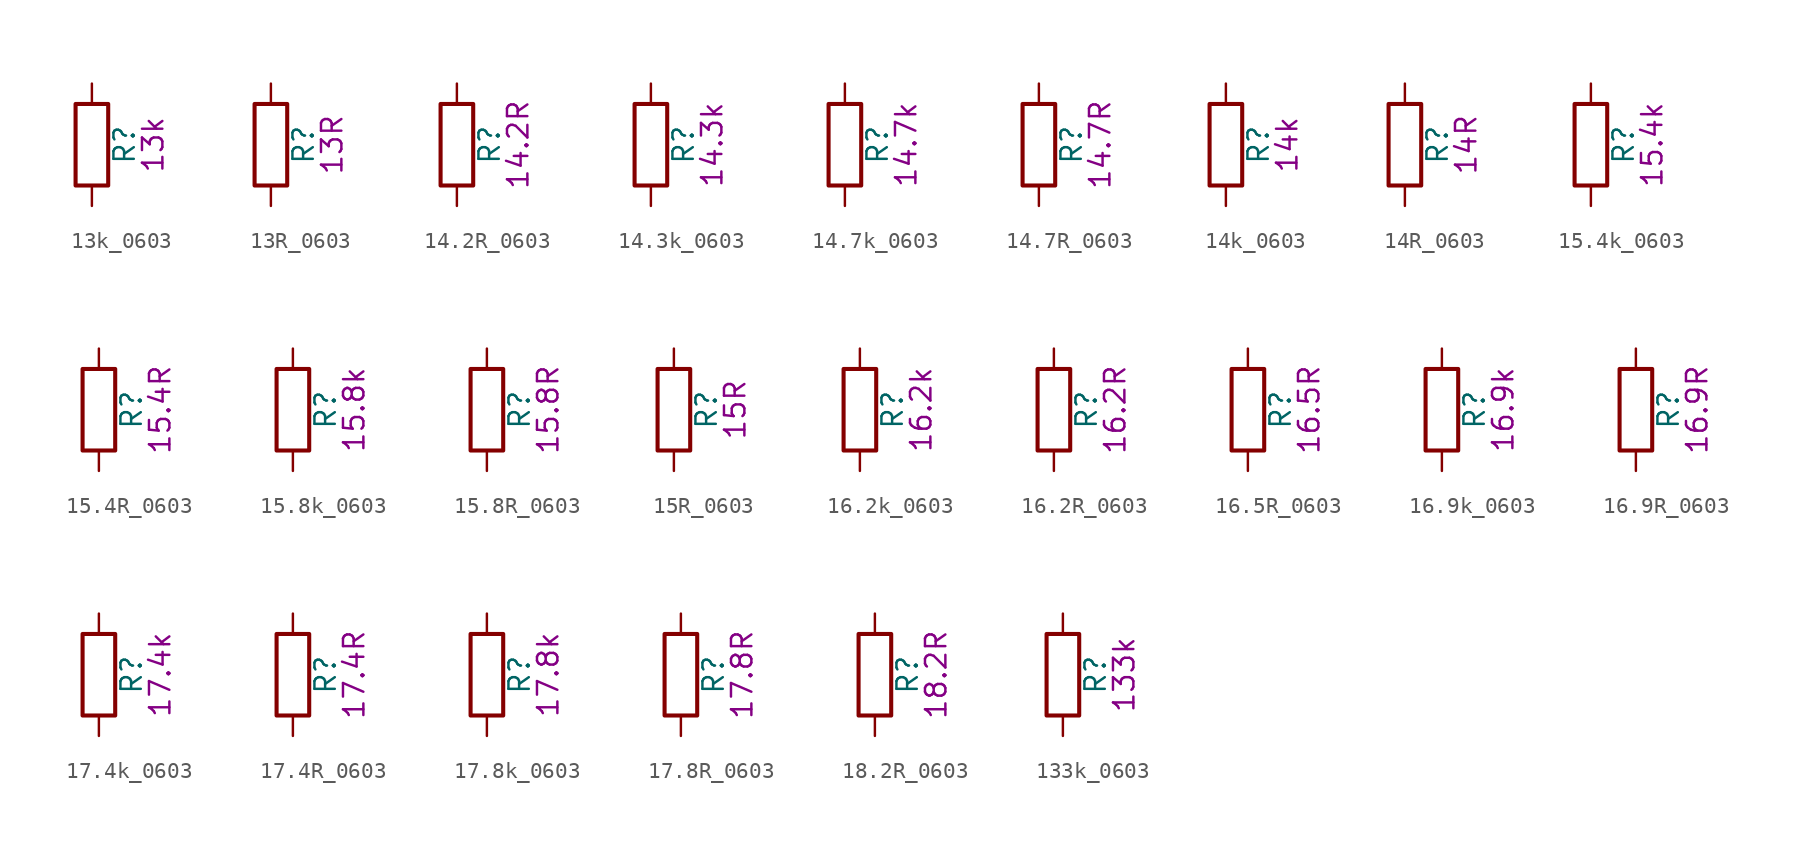
<source format=kicad_sym>
(kicad_symbol_lib
  (version 20211014)
  (generator kicad_symbol_editor)
  (symbol "13k_0603"
    (pin_numbers hide)
    (pin_names
      (offset 0))
    (property "Reference" "R"
      (at 2.032 0 90)
      (effects (font (size 1.27 1.27))))
    (property "Display" "13k"
      (at 3.81 0 90)
      (effects (font (size 1.27 1.27))))
    (symbol "13k_0603_0_1"
      (rectangle (start -1.016 -2.54) (end 1.016 2.54) (stroke (width 0.254) (type default) (color 0 0 0 0)) (fill (type none))))
    (symbol "13k_0603_1_1"
      (pin passive line (at 0 3.81 270) (length 1.27) (name "~" (effects (font (size 1.27 1.27)))) (number "1" (effects (font (size 1.27 1.27)))))
      (pin passive line (at 0 -3.81 90) (length 1.27) (name "~" (effects (font (size 1.27 1.27)))) (number "2" (effects (font (size 1.27 1.27)))))))
  (symbol "13R_0603"
    (pin_numbers hide)
    (pin_names
      (offset 0))
    (property "Reference" "R"
      (at 2.032 0 90)
      (effects (font (size 1.27 1.27))))
    (property "Display" "13R"
      (at 3.81 0 90)
      (effects (font (size 1.27 1.27))))
    (symbol "13R_0603_0_1"
      (rectangle (start -1.016 -2.54) (end 1.016 2.54) (stroke (width 0.254) (type default) (color 0 0 0 0)) (fill (type none))))
    (symbol "13R_0603_1_1"
      (pin passive line (at 0 3.81 270) (length 1.27) (name "~" (effects (font (size 1.27 1.27)))) (number "1" (effects (font (size 1.27 1.27)))))
      (pin passive line (at 0 -3.81 90) (length 1.27) (name "~" (effects (font (size 1.27 1.27)))) (number "2" (effects (font (size 1.27 1.27)))))))
  (symbol "14.2R_0603"
    (pin_numbers hide)
    (pin_names
      (offset 0))
    (property "Reference" "R"
      (at 2.032 0 90)
      (effects (font (size 1.27 1.27))))
    (property "Display" "14.2R"
      (at 3.81 0 90)
      (effects (font (size 1.27 1.27))))
    (symbol "14.2R_0603_0_1"
      (rectangle (start -1.016 -2.54) (end 1.016 2.54) (stroke (width 0.254) (type default) (color 0 0 0 0)) (fill (type none))))
    (symbol "14.2R_0603_1_1"
      (pin passive line (at 0 3.81 270) (length 1.27) (name "~" (effects (font (size 1.27 1.27)))) (number "1" (effects (font (size 1.27 1.27)))))
      (pin passive line (at 0 -3.81 90) (length 1.27) (name "~" (effects (font (size 1.27 1.27)))) (number "2" (effects (font (size 1.27 1.27)))))))
  (symbol "14.3k_0603"
    (pin_numbers hide)
    (pin_names
      (offset 0))
    (property "Reference" "R"
      (at 2.032 0 90)
      (effects (font (size 1.27 1.27))))
    (property "Display" "14.3k"
      (at 3.81 0 90)
      (effects (font (size 1.27 1.27))))
    (symbol "14.3k_0603_0_1"
      (rectangle (start -1.016 -2.54) (end 1.016 2.54) (stroke (width 0.254) (type default) (color 0 0 0 0)) (fill (type none))))
    (symbol "14.3k_0603_1_1"
      (pin passive line (at 0 3.81 270) (length 1.27) (name "~" (effects (font (size 1.27 1.27)))) (number "1" (effects (font (size 1.27 1.27)))))
      (pin passive line (at 0 -3.81 90) (length 1.27) (name "~" (effects (font (size 1.27 1.27)))) (number "2" (effects (font (size 1.27 1.27)))))))
  (symbol "14.7k_0603"
    (pin_numbers hide)
    (pin_names
      (offset 0))
    (property "Reference" "R"
      (at 2.032 0 90)
      (effects (font (size 1.27 1.27))))
    (property "Display" "14.7k"
      (at 3.81 0 90)
      (effects (font (size 1.27 1.27))))
    (symbol "14.7k_0603_0_1"
      (rectangle (start -1.016 -2.54) (end 1.016 2.54) (stroke (width 0.254) (type default) (color 0 0 0 0)) (fill (type none))))
    (symbol "14.7k_0603_1_1"
      (pin passive line (at 0 3.81 270) (length 1.27) (name "~" (effects (font (size 1.27 1.27)))) (number "1" (effects (font (size 1.27 1.27)))))
      (pin passive line (at 0 -3.81 90) (length 1.27) (name "~" (effects (font (size 1.27 1.27)))) (number "2" (effects (font (size 1.27 1.27)))))))
  (symbol "14.7R_0603"
    (pin_numbers hide)
    (pin_names
      (offset 0))
    (property "Reference" "R"
      (at 2.032 0 90)
      (effects (font (size 1.27 1.27))))
    (property "Display" "14.7R"
      (at 3.81 0 90)
      (effects (font (size 1.27 1.27))))
    (symbol "14.7R_0603_0_1"
      (rectangle (start -1.016 -2.54) (end 1.016 2.54) (stroke (width 0.254) (type default) (color 0 0 0 0)) (fill (type none))))
    (symbol "14.7R_0603_1_1"
      (pin passive line (at 0 3.81 270) (length 1.27) (name "~" (effects (font (size 1.27 1.27)))) (number "1" (effects (font (size 1.27 1.27)))))
      (pin passive line (at 0 -3.81 90) (length 1.27) (name "~" (effects (font (size 1.27 1.27)))) (number "2" (effects (font (size 1.27 1.27)))))))
  (symbol "14k_0603"
    (pin_numbers hide)
    (pin_names
      (offset 0))
    (property "Reference" "R"
      (at 2.032 0 90)
      (effects (font (size 1.27 1.27))))
    (property "Display" "14k"
      (at 3.81 0 90)
      (effects (font (size 1.27 1.27))))
    (symbol "14k_0603_0_1"
      (rectangle (start -1.016 -2.54) (end 1.016 2.54) (stroke (width 0.254) (type default) (color 0 0 0 0)) (fill (type none))))
    (symbol "14k_0603_1_1"
      (pin passive line (at 0 3.81 270) (length 1.27) (name "~" (effects (font (size 1.27 1.27)))) (number "1" (effects (font (size 1.27 1.27)))))
      (pin passive line (at 0 -3.81 90) (length 1.27) (name "~" (effects (font (size 1.27 1.27)))) (number "2" (effects (font (size 1.27 1.27)))))))
  (symbol "14R_0603"
    (pin_numbers hide)
    (pin_names
      (offset 0))
    (property "Reference" "R"
      (at 2.032 0 90)
      (effects (font (size 1.27 1.27))))
    (property "Display" "14R"
      (at 3.81 0 90)
      (effects (font (size 1.27 1.27))))
    (symbol "14R_0603_0_1"
      (rectangle (start -1.016 -2.54) (end 1.016 2.54) (stroke (width 0.254) (type default) (color 0 0 0 0)) (fill (type none))))
    (symbol "14R_0603_1_1"
      (pin passive line (at 0 3.81 270) (length 1.27) (name "~" (effects (font (size 1.27 1.27)))) (number "1" (effects (font (size 1.27 1.27)))))
      (pin passive line (at 0 -3.81 90) (length 1.27) (name "~" (effects (font (size 1.27 1.27)))) (number "2" (effects (font (size 1.27 1.27)))))))
  (symbol "15.4k_0603"
    (pin_numbers hide)
    (pin_names
      (offset 0))
    (property "Reference" "R"
      (at 2.032 0 90)
      (effects (font (size 1.27 1.27))))
    (property "Display" "15.4k"
      (at 3.81 0 90)
      (effects (font (size 1.27 1.27))))
    (symbol "15.4k_0603_0_1"
      (rectangle (start -1.016 -2.54) (end 1.016 2.54) (stroke (width 0.254) (type default) (color 0 0 0 0)) (fill (type none))))
    (symbol "15.4k_0603_1_1"
      (pin passive line (at 0 3.81 270) (length 1.27) (name "~" (effects (font (size 1.27 1.27)))) (number "1" (effects (font (size 1.27 1.27)))))
      (pin passive line (at 0 -3.81 90) (length 1.27) (name "~" (effects (font (size 1.27 1.27)))) (number "2" (effects (font (size 1.27 1.27)))))))
  (symbol "15.4R_0603"
    (pin_numbers hide)
    (pin_names
      (offset 0))
    (property "Reference" "R"
      (at 2.032 0 90)
      (effects (font (size 1.27 1.27))))
    (property "Display" "15.4R"
      (at 3.81 0 90)
      (effects (font (size 1.27 1.27))))
    (symbol "15.4R_0603_0_1"
      (rectangle (start -1.016 -2.54) (end 1.016 2.54) (stroke (width 0.254) (type default) (color 0 0 0 0)) (fill (type none))))
    (symbol "15.4R_0603_1_1"
      (pin passive line (at 0 3.81 270) (length 1.27) (name "~" (effects (font (size 1.27 1.27)))) (number "1" (effects (font (size 1.27 1.27)))))
      (pin passive line (at 0 -3.81 90) (length 1.27) (name "~" (effects (font (size 1.27 1.27)))) (number "2" (effects (font (size 1.27 1.27)))))))
  (symbol "15.8k_0603"
    (pin_numbers hide)
    (pin_names
      (offset 0))
    (property "Reference" "R"
      (at 2.032 0 90)
      (effects (font (size 1.27 1.27))))
    (property "Display" "15.8k"
      (at 3.81 0 90)
      (effects (font (size 1.27 1.27))))
    (symbol "15.8k_0603_0_1"
      (rectangle (start -1.016 -2.54) (end 1.016 2.54) (stroke (width 0.254) (type default) (color 0 0 0 0)) (fill (type none))))
    (symbol "15.8k_0603_1_1"
      (pin passive line (at 0 3.81 270) (length 1.27) (name "~" (effects (font (size 1.27 1.27)))) (number "1" (effects (font (size 1.27 1.27)))))
      (pin passive line (at 0 -3.81 90) (length 1.27) (name "~" (effects (font (size 1.27 1.27)))) (number "2" (effects (font (size 1.27 1.27)))))))
  (symbol "15.8R_0603"
    (pin_numbers hide)
    (pin_names
      (offset 0))
    (property "Reference" "R"
      (at 2.032 0 90)
      (effects (font (size 1.27 1.27))))
    (property "Display" "15.8R"
      (at 3.81 0 90)
      (effects (font (size 1.27 1.27))))
    (symbol "15.8R_0603_0_1"
      (rectangle (start -1.016 -2.54) (end 1.016 2.54) (stroke (width 0.254) (type default) (color 0 0 0 0)) (fill (type none))))
    (symbol "15.8R_0603_1_1"
      (pin passive line (at 0 3.81 270) (length 1.27) (name "~" (effects (font (size 1.27 1.27)))) (number "1" (effects (font (size 1.27 1.27)))))
      (pin passive line (at 0 -3.81 90) (length 1.27) (name "~" (effects (font (size 1.27 1.27)))) (number "2" (effects (font (size 1.27 1.27)))))))
  (symbol "15R_0603"
    (pin_numbers hide)
    (pin_names
      (offset 0))
    (property "Reference" "R"
      (at 2.032 0 90)
      (effects (font (size 1.27 1.27))))
    (property "Display" "15R"
      (at 3.81 0 90)
      (effects (font (size 1.27 1.27))))
    (symbol "15R_0603_0_1"
      (rectangle (start -1.016 -2.54) (end 1.016 2.54) (stroke (width 0.254) (type default) (color 0 0 0 0)) (fill (type none))))
    (symbol "15R_0603_1_1"
      (pin passive line (at 0 3.81 270) (length 1.27) (name "~" (effects (font (size 1.27 1.27)))) (number "1" (effects (font (size 1.27 1.27)))))
      (pin passive line (at 0 -3.81 90) (length 1.27) (name "~" (effects (font (size 1.27 1.27)))) (number "2" (effects (font (size 1.27 1.27)))))))
  (symbol "16.2k_0603"
    (pin_numbers hide)
    (pin_names
      (offset 0))
    (property "Reference" "R"
      (at 2.032 0 90)
      (effects (font (size 1.27 1.27))))
    (property "Display" "16.2k"
      (at 3.81 0 90)
      (effects (font (size 1.27 1.27))))
    (symbol "16.2k_0603_0_1"
      (rectangle (start -1.016 -2.54) (end 1.016 2.54) (stroke (width 0.254) (type default) (color 0 0 0 0)) (fill (type none))))
    (symbol "16.2k_0603_1_1"
      (pin passive line (at 0 3.81 270) (length 1.27) (name "~" (effects (font (size 1.27 1.27)))) (number "1" (effects (font (size 1.27 1.27)))))
      (pin passive line (at 0 -3.81 90) (length 1.27) (name "~" (effects (font (size 1.27 1.27)))) (number "2" (effects (font (size 1.27 1.27)))))))
  (symbol "16.2R_0603"
    (pin_numbers hide)
    (pin_names
      (offset 0))
    (property "Reference" "R"
      (at 2.032 0 90)
      (effects (font (size 1.27 1.27))))
    (property "Display" "16.2R"
      (at 3.81 0 90)
      (effects (font (size 1.27 1.27))))
    (symbol "16.2R_0603_0_1"
      (rectangle (start -1.016 -2.54) (end 1.016 2.54) (stroke (width 0.254) (type default) (color 0 0 0 0)) (fill (type none))))
    (symbol "16.2R_0603_1_1"
      (pin passive line (at 0 3.81 270) (length 1.27) (name "~" (effects (font (size 1.27 1.27)))) (number "1" (effects (font (size 1.27 1.27)))))
      (pin passive line (at 0 -3.81 90) (length 1.27) (name "~" (effects (font (size 1.27 1.27)))) (number "2" (effects (font (size 1.27 1.27)))))))
  (symbol "16.5R_0603"
    (pin_numbers hide)
    (pin_names
      (offset 0))
    (property "Reference" "R"
      (at 2.032 0 90)
      (effects (font (size 1.27 1.27))))
    (property "Display" "16.5R"
      (at 3.81 0 90)
      (effects (font (size 1.27 1.27))))
    (symbol "16.5R_0603_0_1"
      (rectangle (start -1.016 -2.54) (end 1.016 2.54) (stroke (width 0.254) (type default) (color 0 0 0 0)) (fill (type none))))
    (symbol "16.5R_0603_1_1"
      (pin passive line (at 0 3.81 270) (length 1.27) (name "~" (effects (font (size 1.27 1.27)))) (number "1" (effects (font (size 1.27 1.27)))))
      (pin passive line (at 0 -3.81 90) (length 1.27) (name "~" (effects (font (size 1.27 1.27)))) (number "2" (effects (font (size 1.27 1.27)))))))
  (symbol "16.9k_0603"
    (pin_numbers hide)
    (pin_names
      (offset 0))
    (property "Reference" "R"
      (at 2.032 0 90)
      (effects (font (size 1.27 1.27))))
    (property "Display" "16.9k"
      (at 3.81 0 90)
      (effects (font (size 1.27 1.27))))
    (symbol "16.9k_0603_0_1"
      (rectangle (start -1.016 -2.54) (end 1.016 2.54) (stroke (width 0.254) (type default) (color 0 0 0 0)) (fill (type none))))
    (symbol "16.9k_0603_1_1"
      (pin passive line (at 0 3.81 270) (length 1.27) (name "~" (effects (font (size 1.27 1.27)))) (number "1" (effects (font (size 1.27 1.27)))))
      (pin passive line (at 0 -3.81 90) (length 1.27) (name "~" (effects (font (size 1.27 1.27)))) (number "2" (effects (font (size 1.27 1.27)))))))
  (symbol "16.9R_0603"
    (pin_numbers hide)
    (pin_names
      (offset 0))
    (property "Reference" "R"
      (at 2.032 0 90)
      (effects (font (size 1.27 1.27))))
    (property "Display" "16.9R"
      (at 3.81 0 90)
      (effects (font (size 1.27 1.27))))
    (symbol "16.9R_0603_0_1"
      (rectangle (start -1.016 -2.54) (end 1.016 2.54) (stroke (width 0.254) (type default) (color 0 0 0 0)) (fill (type none))))
    (symbol "16.9R_0603_1_1"
      (pin passive line (at 0 3.81 270) (length 1.27) (name "~" (effects (font (size 1.27 1.27)))) (number "1" (effects (font (size 1.27 1.27)))))
      (pin passive line (at 0 -3.81 90) (length 1.27) (name "~" (effects (font (size 1.27 1.27)))) (number "2" (effects (font (size 1.27 1.27)))))))
  (symbol "17.4k_0603"
    (pin_numbers hide)
    (pin_names
      (offset 0))
    (property "Reference" "R"
      (at 2.032 0 90)
      (effects (font (size 1.27 1.27))))
    (property "Display" "17.4k"
      (at 3.81 0 90)
      (effects (font (size 1.27 1.27))))
    (symbol "17.4k_0603_0_1"
      (rectangle (start -1.016 -2.54) (end 1.016 2.54) (stroke (width 0.254) (type default) (color 0 0 0 0)) (fill (type none))))
    (symbol "17.4k_0603_1_1"
      (pin passive line (at 0 3.81 270) (length 1.27) (name "~" (effects (font (size 1.27 1.27)))) (number "1" (effects (font (size 1.27 1.27)))))
      (pin passive line (at 0 -3.81 90) (length 1.27) (name "~" (effects (font (size 1.27 1.27)))) (number "2" (effects (font (size 1.27 1.27)))))))
  (symbol "17.4R_0603"
    (pin_numbers hide)
    (pin_names
      (offset 0))
    (property "Reference" "R"
      (at 2.032 0 90)
      (effects (font (size 1.27 1.27))))
    (property "Display" "17.4R"
      (at 3.81 0 90)
      (effects (font (size 1.27 1.27))))
    (symbol "17.4R_0603_0_1"
      (rectangle (start -1.016 -2.54) (end 1.016 2.54) (stroke (width 0.254) (type default) (color 0 0 0 0)) (fill (type none))))
    (symbol "17.4R_0603_1_1"
      (pin passive line (at 0 3.81 270) (length 1.27) (name "~" (effects (font (size 1.27 1.27)))) (number "1" (effects (font (size 1.27 1.27)))))
      (pin passive line (at 0 -3.81 90) (length 1.27) (name "~" (effects (font (size 1.27 1.27)))) (number "2" (effects (font (size 1.27 1.27)))))))
  (symbol "17.8k_0603"
    (pin_numbers hide)
    (pin_names
      (offset 0))
    (property "Reference" "R"
      (at 2.032 0 90)
      (effects (font (size 1.27 1.27))))
    (property "Display" "17.8k"
      (at 3.81 0 90)
      (effects (font (size 1.27 1.27))))
    (symbol "17.8k_0603_0_1"
      (rectangle (start -1.016 -2.54) (end 1.016 2.54) (stroke (width 0.254) (type default) (color 0 0 0 0)) (fill (type none))))
    (symbol "17.8k_0603_1_1"
      (pin passive line (at 0 3.81 270) (length 1.27) (name "~" (effects (font (size 1.27 1.27)))) (number "1" (effects (font (size 1.27 1.27)))))
      (pin passive line (at 0 -3.81 90) (length 1.27) (name "~" (effects (font (size 1.27 1.27)))) (number "2" (effects (font (size 1.27 1.27)))))))
  (symbol "17.8R_0603"
    (pin_numbers hide)
    (pin_names
      (offset 0))
    (property "Reference" "R"
      (at 2.032 0 90)
      (effects (font (size 1.27 1.27))))
    (property "Display" "17.8R"
      (at 3.81 0 90)
      (effects (font (size 1.27 1.27))))
    (symbol "17.8R_0603_0_1"
      (rectangle (start -1.016 -2.54) (end 1.016 2.54) (stroke (width 0.254) (type default) (color 0 0 0 0)) (fill (type none))))
    (symbol "17.8R_0603_1_1"
      (pin passive line (at 0 3.81 270) (length 1.27) (name "~" (effects (font (size 1.27 1.27)))) (number "1" (effects (font (size 1.27 1.27)))))
      (pin passive line (at 0 -3.81 90) (length 1.27) (name "~" (effects (font (size 1.27 1.27)))) (number "2" (effects (font (size 1.27 1.27)))))))
  (symbol "18.2R_0603"
    (pin_numbers hide)
    (pin_names
      (offset 0))
    (property "Reference" "R"
      (at 2.032 0 90)
      (effects (font (size 1.27 1.27))))
    (property "Display" "18.2R"
      (at 3.81 0 90)
      (effects (font (size 1.27 1.27))))
    (symbol "18.2R_0603_0_1"
      (rectangle (start -1.016 -2.54) (end 1.016 2.54) (stroke (width 0.254) (type default) (color 0 0 0 0)) (fill (type none))))
    (symbol "18.2R_0603_1_1"
      (pin passive line (at 0 3.81 270) (length 1.27) (name "~" (effects (font (size 1.27 1.27)))) (number "1" (effects (font (size 1.27 1.27)))))
      (pin passive line (at 0 -3.81 90) (length 1.27) (name "~" (effects (font (size 1.27 1.27)))) (number "2" (effects (font (size 1.27 1.27)))))))
  (symbol "133k_0603"
    (pin_numbers hide)
    (pin_names
      (offset 0))
    (property "Reference" "R"
      (at 2.032 0 90)
      (effects (font (size 1.27 1.27))))
    (property "Display" "133k"
      (at 3.81 0 90)
      (effects (font (size 1.27 1.27))))
    (symbol "133k_0603_0_1"
      (rectangle (start -1.016 -2.54) (end 1.016 2.54) (stroke (width 0.254) (type default) (color 0 0 0 0)) (fill (type none))))
    (symbol "133k_0603_1_1"
      (pin passive line (at 0 3.81 270) (length 1.27) (name "~" (effects (font (size 1.27 1.27)))) (number "1" (effects (font (size 1.27 1.27)))))
      (pin passive line (at 0 -3.81 90) (length 1.27) (name "~" (effects (font (size 1.27 1.27)))) (number "2" (effects (font (size 1.27 1.27))))))))
</source>
